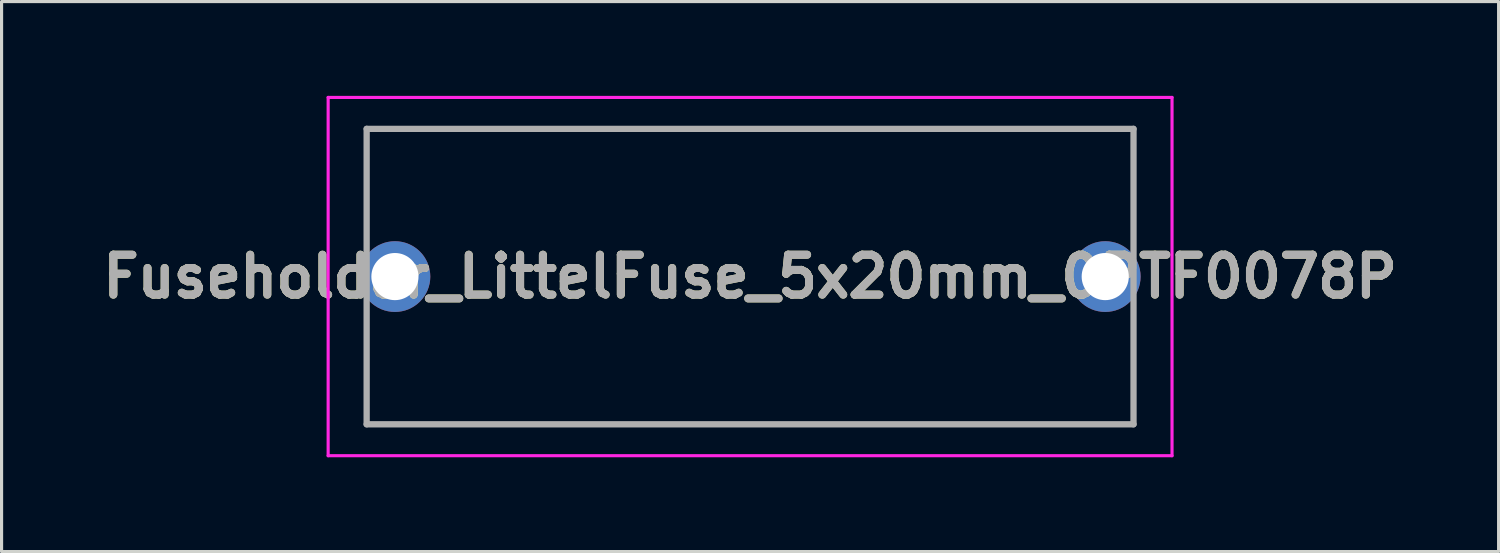
<source format=kicad_pcb>
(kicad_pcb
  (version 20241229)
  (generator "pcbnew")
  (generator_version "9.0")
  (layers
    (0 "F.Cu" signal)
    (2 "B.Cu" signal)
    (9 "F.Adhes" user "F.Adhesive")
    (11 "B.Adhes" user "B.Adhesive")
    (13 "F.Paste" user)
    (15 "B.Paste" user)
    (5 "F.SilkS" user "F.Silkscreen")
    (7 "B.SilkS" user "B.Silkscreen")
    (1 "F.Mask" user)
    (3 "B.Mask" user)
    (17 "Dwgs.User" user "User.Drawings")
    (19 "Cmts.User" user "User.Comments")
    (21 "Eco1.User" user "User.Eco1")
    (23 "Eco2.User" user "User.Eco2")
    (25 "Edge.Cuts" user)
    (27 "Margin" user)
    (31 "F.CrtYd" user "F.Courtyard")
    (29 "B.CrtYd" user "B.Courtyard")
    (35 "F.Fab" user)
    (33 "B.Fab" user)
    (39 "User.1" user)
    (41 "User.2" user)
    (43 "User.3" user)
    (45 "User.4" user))
  (footprint "Fuseholder_LittelFuse_5x20mm_0PTF0078P"
    (layer "F.Cu")
    (at 20.816 5.75)
    (property "Reference" "Fuseholder_LittelFuse_5x20mm_0PTF0078P" (at 0 0 0) (layer "F.SilkS") (effects (font (size 1.27 1.27) (thickness 0.254))))
    (attr through_hole)
    (fp_line (start -12.2 -4.7) (end 12.2 -4.7) (stroke (width 0.1) (type solid)) (layer "F.SilkS"))
    (fp_line (start -12.2 -2) (end -12.2 -4.7) (stroke (width 0.1) (type solid)) (layer "F.SilkS"))
    (fp_line (start -12.2 2) (end -12.2 4.7) (stroke (width 0.1) (type solid)) (layer "F.SilkS"))
    (fp_line (start -12.2 4.7) (end 12.2 4.7) (stroke (width 0.1) (type solid)) (layer "F.SilkS"))
    (fp_line (start 12.2 -4.7) (end 12.2 -2) (stroke (width 0.1) (type solid)) (layer "F.SilkS"))
    (fp_line (start 12.2 4.7) (end 12.2 2) (stroke (width 0.1) (type solid)) (layer "F.SilkS"))
    (fp_line (start -13.425 -5.7) (end 13.425 -5.7) (stroke (width 0.1) (type solid)) (layer "F.CrtYd"))
    (fp_line (start -13.425 5.7) (end -13.425 -5.7) (stroke (width 0.1) (type solid)) (layer "F.CrtYd"))
    (fp_line (start 13.425 -5.7) (end 13.425 5.7) (stroke (width 0.1) (type solid)) (layer "F.CrtYd"))
    (fp_line (start 13.425 5.7) (end -13.425 5.7) (stroke (width 0.1) (type solid)) (layer "F.CrtYd"))
    (fp_line (start -12.2 -4.7) (end 12.2 -4.7) (stroke (width 0.2) (type solid)) (layer "F.Fab"))
    (fp_line (start -12.2 4.7) (end -12.2 -4.7) (stroke (width 0.2) (type solid)) (layer "F.Fab"))
    (fp_line (start 12.2 -4.7) (end 12.2 4.7) (stroke (width 0.2) (type solid)) (layer "F.Fab"))
    (fp_line (start 12.2 4.7) (end -12.2 4.7) (stroke (width 0.2) (type solid)) (layer "F.Fab"))
    (fp_text user "${REFERENCE}" (at 0 0 0) (layer "F.Fab") (effects (font (size 1.27 1.27) (thickness 0.254))))
    (pad "1" thru_hole circle (at -11.3 0) (size 2.25 2.25) (drill 1.5) (layers "*.Cu" "*.Mask"))
    (pad "2" thru_hole circle (at 11.3 0) (size 2.25 2.25) (drill 1.5) (layers "*.Cu" "*.Mask")))
  (gr_rect
    (start -3 -3)
    (end 44.632 14.5)
    (stroke (width 0.1) (type default))
    (fill no)
    (layer "Edge.Cuts")))
</source>
